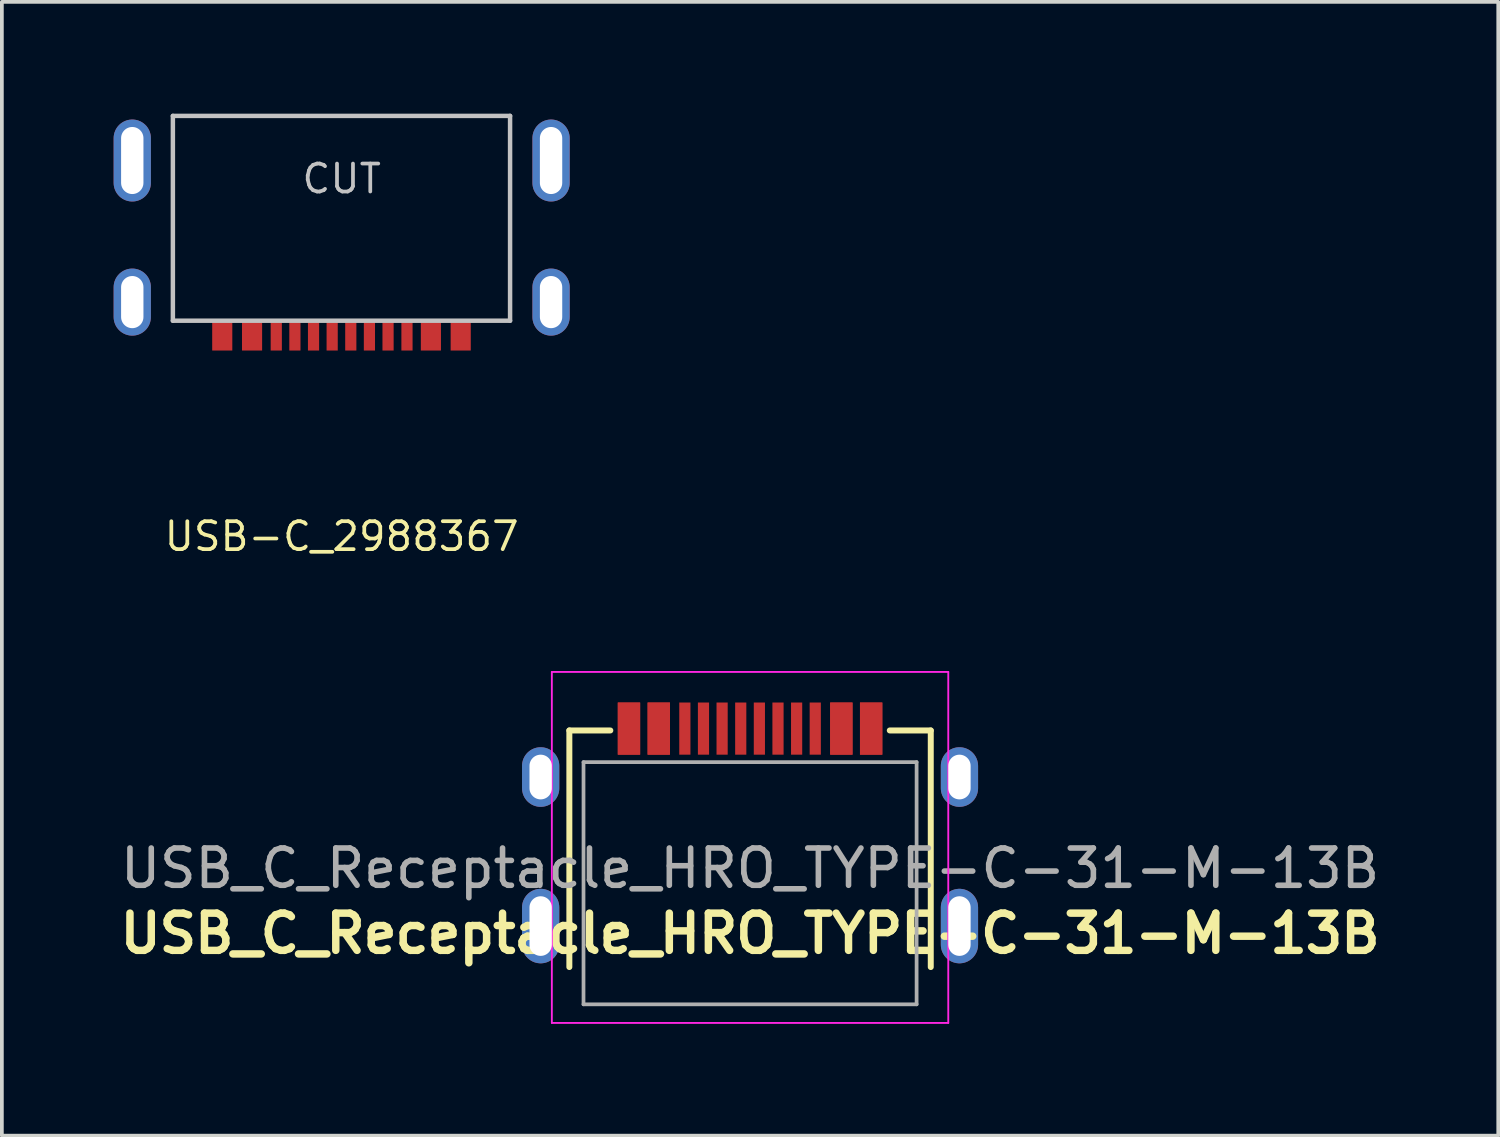
<source format=kicad_pcb>
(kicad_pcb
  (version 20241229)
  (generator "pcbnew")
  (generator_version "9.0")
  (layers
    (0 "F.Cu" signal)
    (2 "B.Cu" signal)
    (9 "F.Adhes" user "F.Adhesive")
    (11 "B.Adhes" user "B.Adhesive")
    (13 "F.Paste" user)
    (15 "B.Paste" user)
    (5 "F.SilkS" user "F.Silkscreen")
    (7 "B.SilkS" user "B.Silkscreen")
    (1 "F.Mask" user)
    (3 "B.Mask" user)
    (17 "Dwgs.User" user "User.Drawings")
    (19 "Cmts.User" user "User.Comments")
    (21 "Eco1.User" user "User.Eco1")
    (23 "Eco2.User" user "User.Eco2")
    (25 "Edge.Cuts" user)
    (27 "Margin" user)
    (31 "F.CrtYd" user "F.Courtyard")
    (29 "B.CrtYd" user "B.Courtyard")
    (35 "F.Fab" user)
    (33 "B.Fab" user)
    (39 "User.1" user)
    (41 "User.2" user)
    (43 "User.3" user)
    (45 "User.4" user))
  (footprint "USB-C_2988367"
    (layer "F.Cu")
    (at 6.12 5.558)
    (property "Reference" "USB-C_2988367" (at 0 5.789 0) (layer "F.SilkS") (effects (font (size 0.75 0.75) (thickness 0.1))))
    (attr through_hole)
    (fp_line (start -4.53 -5.497) (end -4.53 0) (stroke (width 0.12) (type solid)) (layer "Dwgs.User"))
    (fp_line (start -4.53 -5.497) (end 4.52 -5.497) (stroke (width 0.12) (type solid)) (layer "Dwgs.User"))
    (fp_line (start -4.53 0) (end 4.52 0) (stroke (width 0.12) (type solid)) (layer "Dwgs.User"))
    (fp_line (start 4.52 -5.497) (end 4.52 0) (stroke (width 0.12) (type solid)) (layer "Dwgs.User"))
    (fp_text user "CUT" (at 0 -3.81 0) (layer "Dwgs.User") (effects (font (size 0.75 0.75) (thickness 0.1))))
    (pad "A1" connect rect (at -3.205 0.4) (size 0.54 0.8) (layers "F.Cu" "F.Mask"))
    (pad "A1" connect rect (at 3.195 0.4) (size 0.54 0.8) (layers "F.Cu" "F.Mask"))
    (pad "A4" connect rect (at -2.405 0.4) (size 0.54 0.8) (layers "F.Cu" "F.Mask"))
    (pad "A4" connect rect (at 2.395 0.4) (size 0.54 0.8) (layers "F.Cu" "F.Mask"))
    (pad "A5" connect rect (at 1.245 0.4) (size 0.3 0.8) (layers "F.Cu" "F.Mask"))
    (pad "A6" connect rect (at 0.245 0.4) (size 0.3 0.8) (layers "F.Cu" "F.Mask"))
    (pad "A7" connect rect (at -0.255 0.4) (size 0.3 0.8) (layers "F.Cu" "F.Mask"))
    (pad "A8" connect rect (at -1.255 0.4) (size 0.3 0.8) (layers "F.Cu" "F.Mask"))
    (pad "B5" connect rect (at -1.755 0.4) (size 0.3 0.8) (layers "F.Cu" "F.Mask"))
    (pad "B6" connect rect (at -0.755 0.4) (size 0.3 0.8) (layers "F.Cu" "F.Mask"))
    (pad "B7" connect rect (at 0.745 0.4) (size 0.3 0.8) (layers "F.Cu" "F.Mask"))
    (pad "B8" connect rect (at 1.753 0.4) (size 0.3 0.8) (layers "F.Cu" "F.Mask"))
    (pad "S1" thru_hole oval (at -5.62 -4.3) (size 1 2.2) (drill oval 0.6 1.8) (layers "*.Cu" "*.Mask" "F.Paste"))
    (pad "S1" thru_hole oval (at -5.62 -0.5) (size 1 1.8) (drill oval 0.6 1.4) (layers "*.Cu" "*.Mask" "F.Paste"))
    (pad "S1" thru_hole oval (at 5.62 -4.3) (size 1 2.2) (drill oval 0.6 1.8) (layers "*.Cu" "*.Mask" "F.Paste"))
    (pad "S1" thru_hole oval (at 5.62 -0.5) (size 1 1.8) (drill oval 0.6 1.4) (layers "*.Cu" "*.Mask" "F.Paste")))
  (footprint "USB_C_Receptacle_HRO_TYPE-C-31-M-13B"
    (layer "F.Cu")
    (at 17.081 23.905)
    (property "Reference" "USB_C_Receptacle_HRO_TYPE-C-31-M-13B" (at 0 -1.9 180) (layer "F.SilkS") (effects (font (size 1 1) (thickness 0.2))))
    (attr smd)
    (fp_line (start -4.85 -7.35) (end -4.85 -1) (stroke (width 0.16) (type solid)) (layer "F.SilkS"))
    (fp_line (start -4.85 -7.35) (end -3.75 -7.35) (stroke (width 0.16) (type solid)) (layer "F.SilkS"))
    (fp_line (start 4.85 -7.35) (end 3.75 -7.35) (stroke (width 0.16) (type solid)) (layer "F.SilkS"))
    (fp_line (start 4.85 -7.35) (end 4.85 -1) (stroke (width 0.16) (type solid)) (layer "F.SilkS"))
    (fp_line (start -4.62 -6.7) (end -4.62 0) (stroke (width 0.05) (type solid)) (layer "Eco1.User"))
    (fp_line (start -4.62 0) (end -6 0) (stroke (width 0.05) (type solid)) (layer "Eco1.User"))
    (fp_line (start -4.22 -6.7) (end 4.22 -6.7) (stroke (width 0.05) (type solid)) (layer "Eco1.User"))
    (fp_line (start 4.62 0) (end 4.62 -6.7) (stroke (width 0.05) (type solid)) (layer "Eco1.User"))
    (fp_line (start 6 0) (end 4.62 0) (stroke (width 0.05) (type solid)) (layer "Eco1.User"))
    (fp_arc (start -4.62 -6.7) (mid -4.42 -6.9) (end -4.22 -6.7) (stroke (width 0.05) (type solid)) (layer "Eco1.User"))
    (fp_arc (start 4.22 -6.7) (mid 4.42 -6.9) (end 4.62 -6.7) (stroke (width 0.05) (type solid)) (layer "Eco1.User"))
    (fp_line (start -5.32 -8.92) (end -5.32 0.5) (stroke (width 0.05) (type solid)) (layer "F.CrtYd"))
    (fp_line (start -5.32 -8.92) (end 5.32 -8.92) (stroke (width 0.05) (type solid)) (layer "F.CrtYd"))
    (fp_line (start -5.32 0.5) (end 5.32 0.5) (stroke (width 0.05) (type solid)) (layer "F.CrtYd"))
    (fp_line (start 5.32 -8.92) (end 5.32 0.5) (stroke (width 0.05) (type solid)) (layer "F.CrtYd"))
    (fp_line (start -4.47 -6.5) (end -4.47 0) (stroke (width 0.1) (type solid)) (layer "F.Fab"))
    (fp_line (start -4.47 -6.5) (end 4.47 -6.5) (stroke (width 0.1) (type solid)) (layer "F.Fab"))
    (fp_line (start -4.47 0) (end 4.47 0) (stroke (width 0.1) (type solid)) (layer "F.Fab"))
    (fp_line (start 4.47 -6.5) (end 4.47 0) (stroke (width 0.1) (type solid)) (layer "F.Fab"))
    (fp_text user "${REFERENCE}" (at 0 -3.65 180) (layer "F.Fab") (effects (font (size 1 1) (thickness 0.15))))
    (pad "A1" smd rect (at -3.25 -7.4) (size 0.6 1.4) (layers "F.Cu" "F.Mask" "F.Paste"))
    (pad "A4" smd rect (at -2.45 -7.4) (size 0.6 1.4) (layers "F.Cu" "F.Mask" "F.Paste"))
    (pad "A5" smd rect (at -1.25 -7.4) (size 0.3 1.4) (layers "F.Cu" "F.Mask" "F.Paste"))
    (pad "A6" smd rect (at -0.25 -7.4) (size 0.3 1.4) (layers "F.Cu" "F.Mask" "F.Paste"))
    (pad "A7" smd rect (at 0.25 -7.4) (size 0.3 1.4) (layers "F.Cu" "F.Mask" "F.Paste"))
    (pad "A8" smd rect (at 1.25 -7.4) (size 0.3 1.4) (layers "F.Cu" "F.Mask" "F.Paste"))
    (pad "A9" smd rect (at 2.45 -7.4) (size 0.6 1.4) (layers "F.Cu" "F.Mask" "F.Paste"))
    (pad "A12" smd rect (at 3.25 -7.4) (size 0.6 1.4) (layers "F.Cu" "F.Mask" "F.Paste"))
    (pad "B1" smd rect (at 3.25 -7.4) (size 0.6 1.4) (layers "F.Cu" "F.Mask" "F.Paste"))
    (pad "B4" smd rect (at 2.45 -7.4) (size 0.6 1.4) (layers "F.Cu" "F.Mask" "F.Paste"))
    (pad "B5" smd rect (at 1.75 -7.4) (size 0.3 1.4) (layers "F.Cu" "F.Mask" "F.Paste"))
    (pad "B6" smd rect (at 0.75 -7.4) (size 0.3 1.4) (layers "F.Cu" "F.Mask" "F.Paste"))
    (pad "B7" smd rect (at -0.75 -7.4) (size 0.3 1.4) (layers "F.Cu" "F.Mask" "F.Paste"))
    (pad "B8" smd rect (at -1.75 -7.4) (size 0.3 1.4) (layers "F.Cu" "F.Mask" "F.Paste"))
    (pad "B9" smd rect (at -2.45 -7.4) (size 0.6 1.4) (layers "F.Cu" "F.Mask" "F.Paste"))
    (pad "B12" smd rect (at -3.25 -7.4) (size 0.6 1.4) (layers "F.Cu" "F.Mask" "F.Paste"))
    (pad "S1" thru_hole oval (at -5.62 -6.1) (size 1 1.6) (drill oval 0.6 1.2) (layers "*.Cu" "*.Mask"))
    (pad "S1" thru_hole oval (at -5.62 -2.1) (size 1 2) (drill oval 0.6 1.6) (layers "*.Cu" "*.Mask"))
    (pad "S1" thru_hole oval (at 5.62 -6.1) (size 1 1.6) (drill oval 0.6 1.2) (layers "*.Cu" "*.Mask"))
    (pad "S1" thru_hole oval (at 5.62 -2.1) (size 1 2) (drill oval 0.6 1.6) (layers "*.Cu" "*.Mask")))
  (gr_rect
    (start -3 -3)
    (end 37.162 27.43)
    (stroke (width 0.1) (type default))
    (fill no)
    (layer "Edge.Cuts")))
</source>
